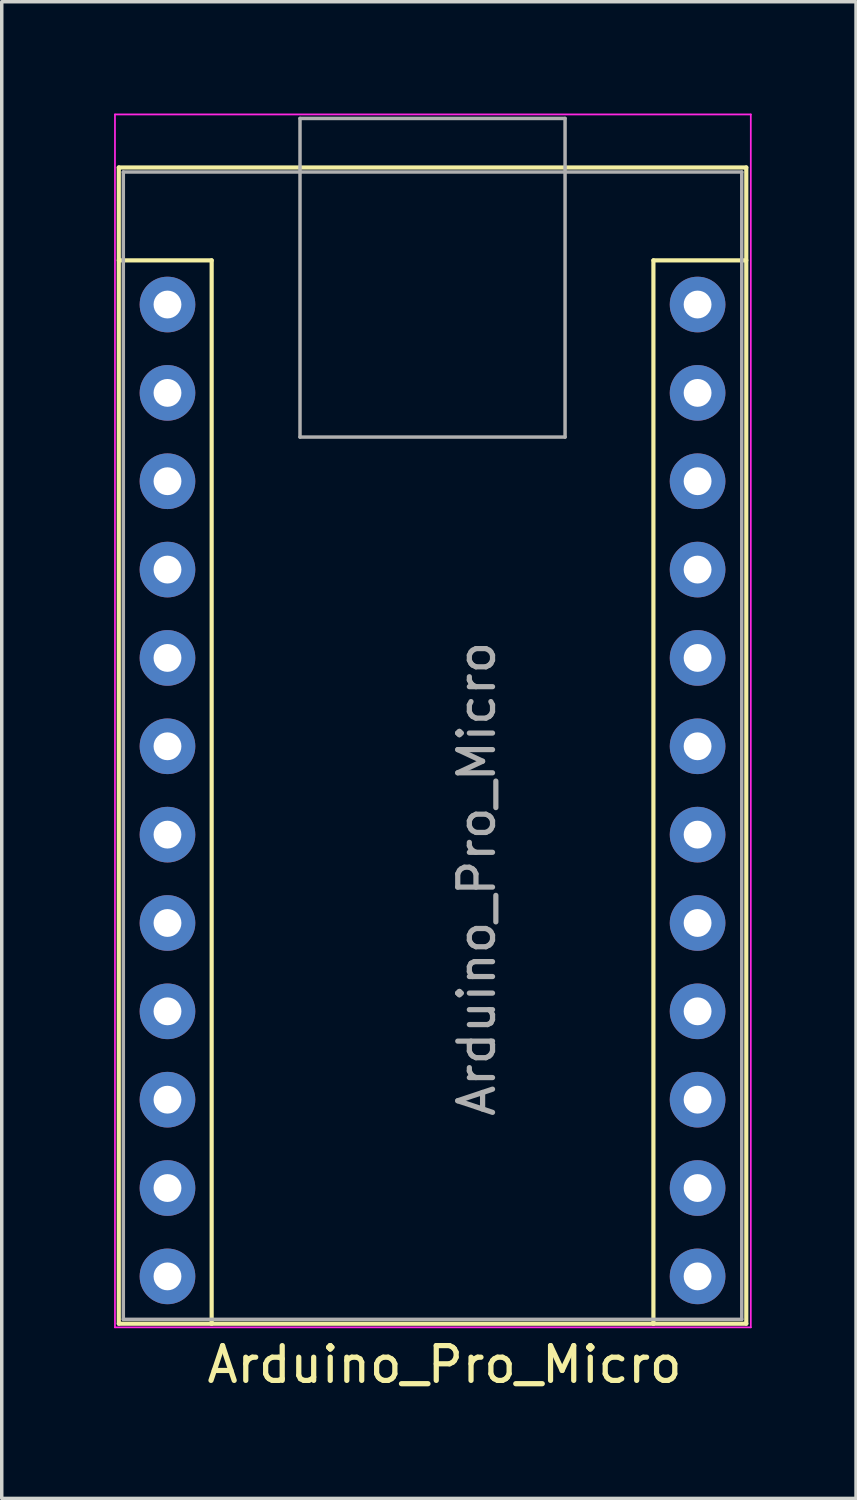
<source format=kicad_pcb>
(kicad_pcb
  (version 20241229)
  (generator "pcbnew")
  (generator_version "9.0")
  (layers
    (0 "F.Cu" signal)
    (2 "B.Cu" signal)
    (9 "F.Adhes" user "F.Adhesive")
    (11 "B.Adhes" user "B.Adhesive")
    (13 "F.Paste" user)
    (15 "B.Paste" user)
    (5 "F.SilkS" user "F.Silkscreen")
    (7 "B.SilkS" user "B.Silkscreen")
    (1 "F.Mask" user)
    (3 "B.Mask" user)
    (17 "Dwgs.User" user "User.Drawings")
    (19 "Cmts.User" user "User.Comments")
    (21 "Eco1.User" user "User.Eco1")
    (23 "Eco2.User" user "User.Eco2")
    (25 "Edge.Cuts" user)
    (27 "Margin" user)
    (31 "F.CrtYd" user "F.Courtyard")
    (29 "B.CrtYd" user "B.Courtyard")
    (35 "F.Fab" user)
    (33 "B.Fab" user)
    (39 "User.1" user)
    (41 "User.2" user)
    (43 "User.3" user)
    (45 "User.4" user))
  (footprint "Arduino_Pro_Micro"
    (layer "F.Cu")
    (at 0.25 0.25)
    (property "Reference" "Arduino_Pro_Micro" (at 9.48 35.93 180) (layer "F.SilkS") (effects (font (size 1 1) (thickness 0.15))))
    (attr through_hole)
    (fp_line (start 0.115 1.515) (end 0.115 34.755) (stroke (width 0.12) (type solid)) (layer "F.SilkS"))
    (fp_line (start 2.785 4.185) (end 0.115 4.185) (stroke (width 0.12) (type solid)) (layer "F.SilkS"))
    (fp_line (start 2.785 34.755) (end 0.115 34.755) (stroke (width 0.12) (type solid)) (layer "F.SilkS"))
    (fp_line (start 2.785 34.755) (end 2.785 4.185) (stroke (width 0.12) (type solid)) (layer "F.SilkS"))
    (fp_line (start 2.785 34.755) (end 15.485 34.755) (stroke (width 0.12) (type solid)) (layer "F.SilkS"))
    (fp_line (start 15.485 4.185) (end 18.155 4.185) (stroke (width 0.12) (type solid)) (layer "F.SilkS"))
    (fp_line (start 15.485 34.755) (end 15.485 4.185) (stroke (width 0.12) (type solid)) (layer "F.SilkS"))
    (fp_line (start 15.485 34.755) (end 18.155 34.755) (stroke (width 0.12) (type solid)) (layer "F.SilkS"))
    (fp_line (start 18.155 1.515) (end 0.115 1.515) (stroke (width 0.12) (type solid)) (layer "F.SilkS"))
    (fp_line (start 18.155 34.755) (end 18.155 1.515) (stroke (width 0.12) (type solid)) (layer "F.SilkS"))
    (fp_line (start 0.005 -0.01) (end 0.005 34.86) (stroke (width 0.05) (type solid)) (layer "F.CrtYd"))
    (fp_line (start 0.005 -0.01) (end 18.285 -0.01) (stroke (width 0.05) (type solid)) (layer "F.CrtYd"))
    (fp_line (start 18.285 34.86) (end 0.005 34.86) (stroke (width 0.05) (type solid)) (layer "F.CrtYd"))
    (fp_line (start 18.285 34.86) (end 18.285 -0.01) (stroke (width 0.05) (type solid)) (layer "F.CrtYd"))
    (fp_line (start 0.245 1.645) (end 18.025 1.645) (stroke (width 0.1) (type solid)) (layer "F.Fab"))
    (fp_line (start 0.245 34.63) (end 0.245 1.645) (stroke (width 0.1) (type solid)) (layer "F.Fab"))
    (fp_line (start 5.325 0.105) (end 12.945 0.105) (stroke (width 0.1) (type solid)) (layer "F.Fab"))
    (fp_line (start 5.325 9.265) (end 5.325 0.105) (stroke (width 0.1) (type solid)) (layer "F.Fab"))
    (fp_line (start 12.945 0.105) (end 12.945 9.265) (stroke (width 0.1) (type solid)) (layer "F.Fab"))
    (fp_line (start 12.945 9.265) (end 5.325 9.265) (stroke (width 0.1) (type solid)) (layer "F.Fab"))
    (fp_line (start 18.025 1.645) (end 18.025 34.63) (stroke (width 0.1) (type solid)) (layer "F.Fab"))
    (fp_line (start 18.025 34.63) (end 0.245 34.63) (stroke (width 0.1) (type solid)) (layer "F.Fab"))
    (fp_text user "${REFERENCE}" (at 10.405 21.965 270) (layer "F.Fab") (effects (font (size 1 1) (thickness 0.15))))
    (pad "1" thru_hole oval (at 1.515 5.455 180) (size 1.6 1.6) (drill 0.8) (layers "*.Cu" "*.Mask"))
    (pad "2" thru_hole oval (at 1.515 7.995 180) (size 1.6 1.6) (drill 0.8) (layers "*.Cu" "*.Mask"))
    (pad "3" thru_hole oval (at 1.515 10.535 180) (size 1.6 1.6) (drill 0.8) (layers "*.Cu" "*.Mask"))
    (pad "4" thru_hole oval (at 1.515 13.075 180) (size 1.6 1.6) (drill 0.8) (layers "*.Cu" "*.Mask"))
    (pad "5" thru_hole oval (at 1.515 15.615 180) (size 1.6 1.6) (drill 0.8) (layers "*.Cu" "*.Mask"))
    (pad "6" thru_hole oval (at 1.515 18.155 180) (size 1.6 1.6) (drill 0.8) (layers "*.Cu" "*.Mask"))
    (pad "7" thru_hole oval (at 1.515 20.695 180) (size 1.6 1.6) (drill 0.8) (layers "*.Cu" "*.Mask"))
    (pad "8" thru_hole oval (at 1.515 23.235 180) (size 1.6 1.6) (drill 0.8) (layers "*.Cu" "*.Mask"))
    (pad "9" thru_hole oval (at 1.515 25.775 180) (size 1.6 1.6) (drill 0.8) (layers "*.Cu" "*.Mask"))
    (pad "10" thru_hole oval (at 1.515 28.315 180) (size 1.6 1.6) (drill 0.8) (layers "*.Cu" "*.Mask"))
    (pad "11" thru_hole oval (at 1.515 30.855 180) (size 1.6 1.6) (drill 0.8) (layers "*.Cu" "*.Mask"))
    (pad "12" thru_hole oval (at 1.515 33.395 180) (size 1.6 1.6) (drill 0.8) (layers "*.Cu" "*.Mask"))
    (pad "13" thru_hole oval (at 16.755 5.455 180) (size 1.6 1.6) (drill 0.8) (layers "*.Cu" "*.Mask"))
    (pad "14" thru_hole oval (at 16.755 7.995 180) (size 1.6 1.6) (drill 0.8) (layers "*.Cu" "*.Mask"))
    (pad "15" thru_hole oval (at 16.755 10.535 180) (size 1.6 1.6) (drill 0.8) (layers "*.Cu" "*.Mask"))
    (pad "16" thru_hole oval (at 16.755 13.075 180) (size 1.6 1.6) (drill 0.8) (layers "*.Cu" "*.Mask"))
    (pad "17" thru_hole oval (at 16.755 15.615 180) (size 1.6 1.6) (drill 0.8) (layers "*.Cu" "*.Mask"))
    (pad "18" thru_hole oval (at 16.755 18.155 180) (size 1.6 1.6) (drill 0.8) (layers "*.Cu" "*.Mask"))
    (pad "19" thru_hole oval (at 16.755 20.695 180) (size 1.6 1.6) (drill 0.8) (layers "*.Cu" "*.Mask"))
    (pad "20" thru_hole oval (at 16.755 23.235 180) (size 1.6 1.6) (drill 0.8) (layers "*.Cu" "*.Mask"))
    (pad "21" thru_hole oval (at 16.755 25.775 180) (size 1.6 1.6) (drill 0.8) (layers "*.Cu" "*.Mask"))
    (pad "22" thru_hole oval (at 16.755 28.315 180) (size 1.6 1.6) (drill 0.8) (layers "*.Cu" "*.Mask"))
    (pad "23" thru_hole oval (at 16.755 30.855 180) (size 1.6 1.6) (drill 0.8) (layers "*.Cu" "*.Mask"))
    (pad "24" thru_hole oval (at 16.755 33.395 180) (size 1.6 1.6) (drill 0.8) (layers "*.Cu" "*.Mask")))
  (gr_rect
    (start -3 -3)
    (end 21.56 40.028)
    (stroke (width 0.1) (type default))
    (fill no)
    (layer "Edge.Cuts")))
</source>
